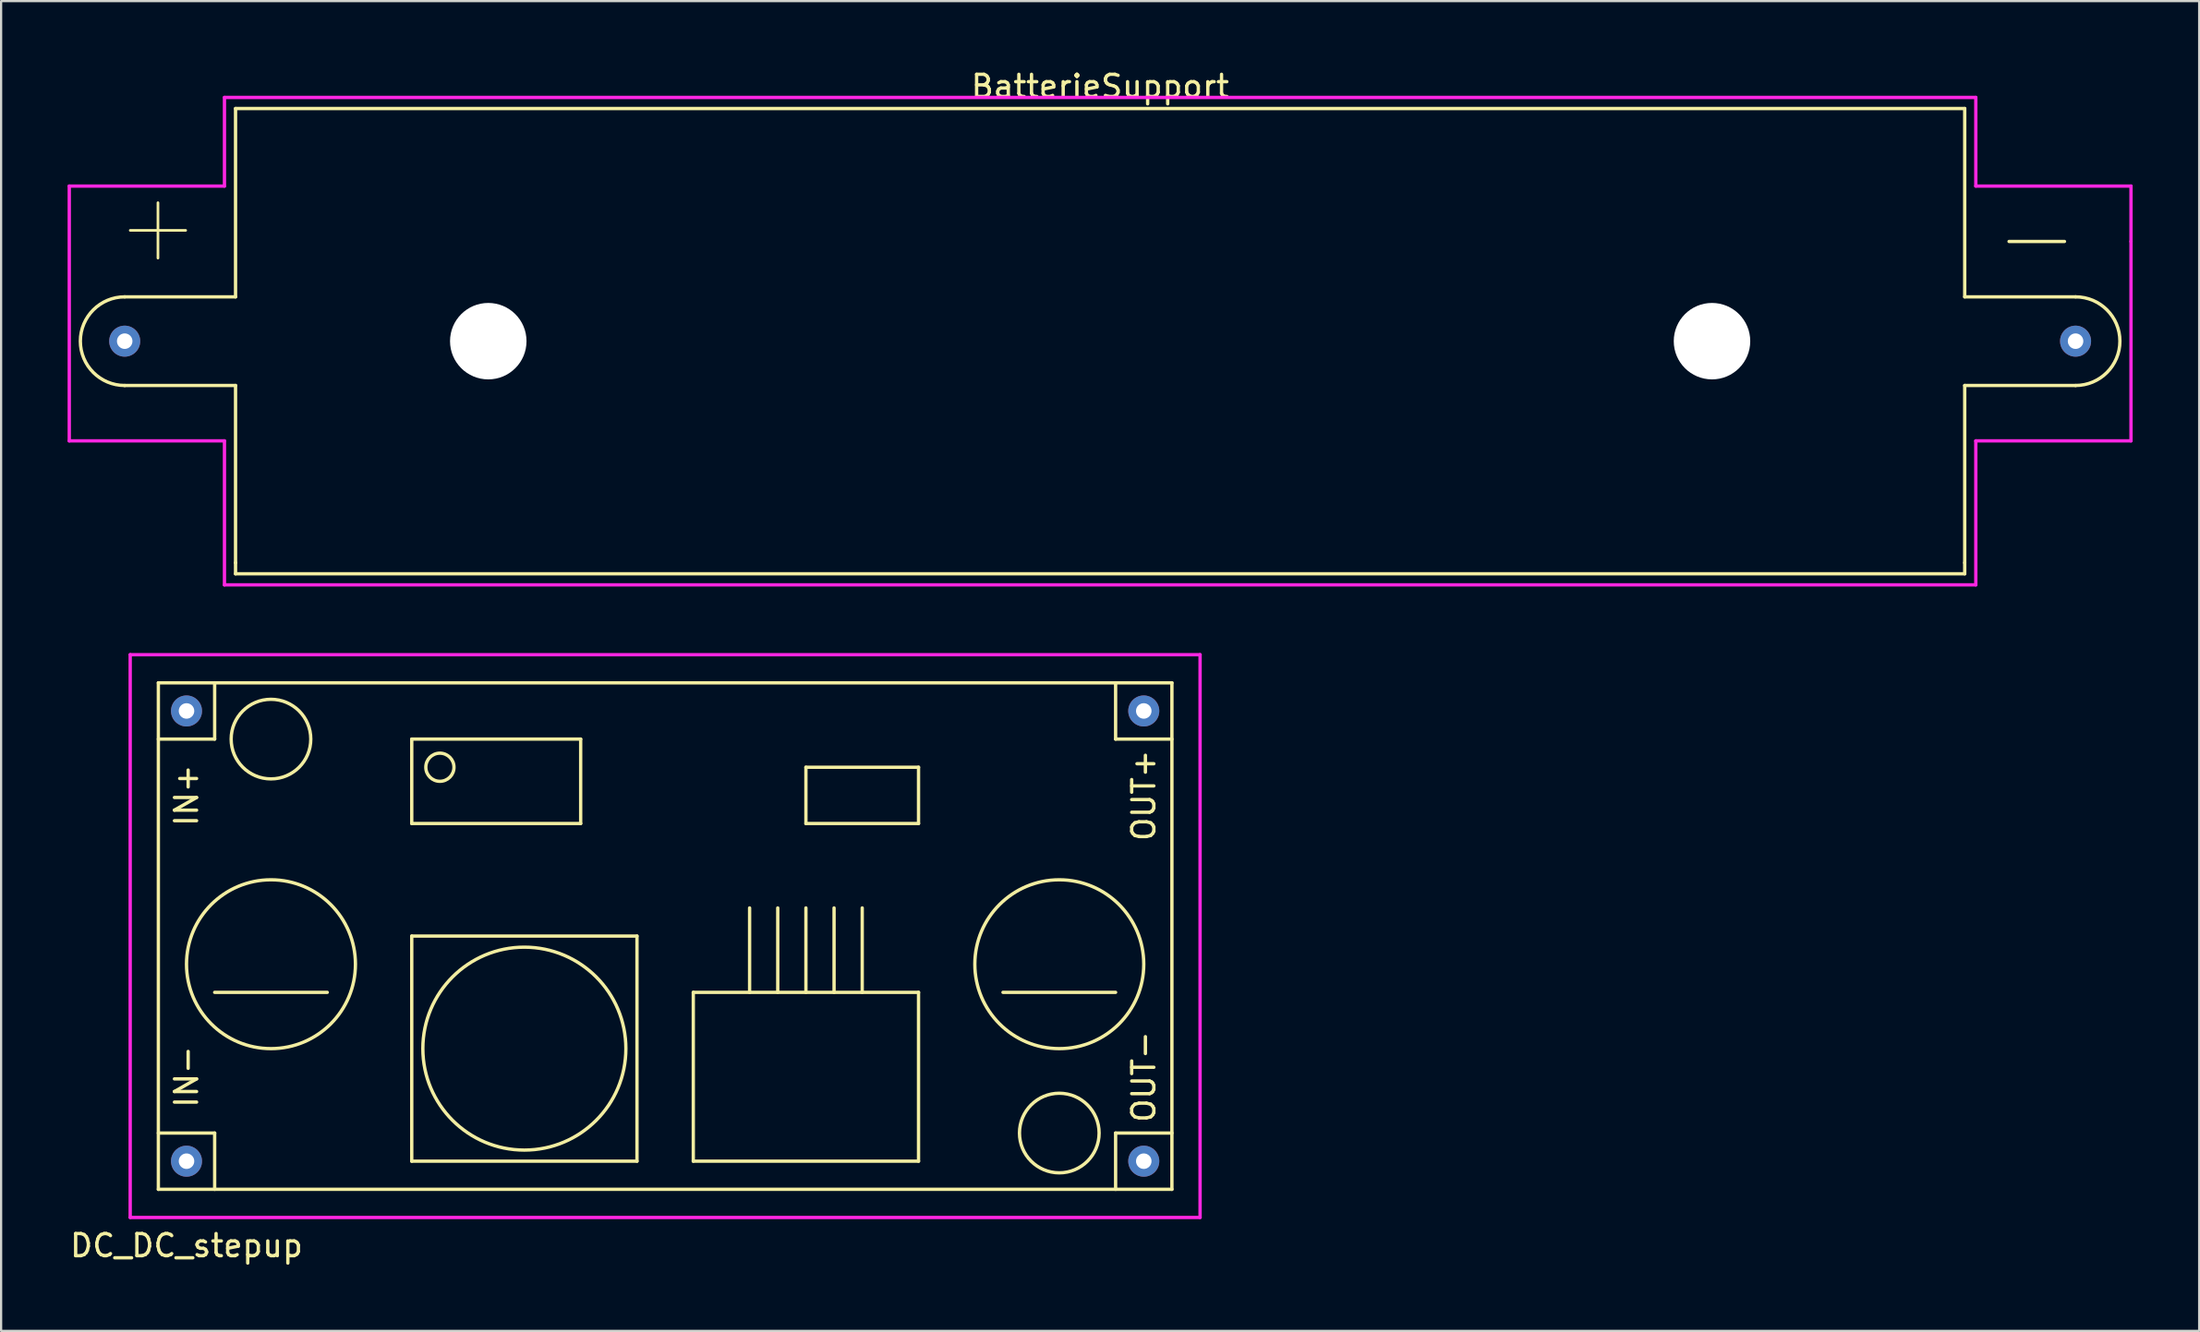
<source format=kicad_pcb>
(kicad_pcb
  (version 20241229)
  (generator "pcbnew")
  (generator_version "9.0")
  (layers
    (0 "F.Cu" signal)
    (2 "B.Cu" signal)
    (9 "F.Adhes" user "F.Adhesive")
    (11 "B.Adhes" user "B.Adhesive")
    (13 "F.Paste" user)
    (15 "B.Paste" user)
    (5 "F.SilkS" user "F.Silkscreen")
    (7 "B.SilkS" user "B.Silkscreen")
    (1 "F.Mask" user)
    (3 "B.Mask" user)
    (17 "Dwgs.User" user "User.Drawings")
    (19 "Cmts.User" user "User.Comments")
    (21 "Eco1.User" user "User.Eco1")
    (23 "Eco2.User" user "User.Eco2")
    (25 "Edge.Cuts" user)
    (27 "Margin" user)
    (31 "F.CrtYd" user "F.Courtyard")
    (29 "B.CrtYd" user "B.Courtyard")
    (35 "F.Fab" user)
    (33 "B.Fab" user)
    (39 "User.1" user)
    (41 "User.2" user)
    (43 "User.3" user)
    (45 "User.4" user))
  (footprint "BatterieSupport"
    (layer "F.Cu")
    (at 46.575 12.348)
    (property "Reference" "BatterieSupport" (at 0 -11.5 0) (layer "F.SilkS") (effects (font (size 1 1) (thickness 0.15))))
    (attr smd)
    (fp_line (start -44 2) (end -39 2) (stroke (width 0.15) (type solid)) (layer "F.SilkS"))
    (fp_line (start -43.75 -5) (end -41.25 -5) (stroke (width 0.12) (type solid)) (layer "F.SilkS"))
    (fp_line (start -42.5 -3.75) (end -42.5 -6.25) (stroke (width 0.12) (type solid)) (layer "F.SilkS"))
    (fp_line (start -39 -10.5) (end -39 -2) (stroke (width 0.15) (type solid)) (layer "F.SilkS"))
    (fp_line (start -39 -10.5) (end 39 -10.5) (stroke (width 0.15) (type solid)) (layer "F.SilkS"))
    (fp_line (start -39 -2) (end -44 -2) (stroke (width 0.15) (type solid)) (layer "F.SilkS"))
    (fp_line (start -39 2) (end -39 10) (stroke (width 0.15) (type solid)) (layer "F.SilkS"))
    (fp_line (start -39 10) (end -39 10.5) (stroke (width 0.15) (type solid)) (layer "F.SilkS"))
    (fp_line (start -39 10.5) (end 39 10.5) (stroke (width 0.15) (type solid)) (layer "F.SilkS"))
    (fp_line (start 39 -10.5) (end 39 -2) (stroke (width 0.15) (type solid)) (layer "F.SilkS"))
    (fp_line (start 39 -2) (end 44 -2) (stroke (width 0.15) (type solid)) (layer "F.SilkS"))
    (fp_line (start 39 2) (end 39 10) (stroke (width 0.15) (type solid)) (layer "F.SilkS"))
    (fp_line (start 39 10.5) (end 39 10) (stroke (width 0.15) (type solid)) (layer "F.SilkS"))
    (fp_line (start 41 -4.5) (end 43.5 -4.5) (stroke (width 0.15) (type solid)) (layer "F.SilkS"))
    (fp_line (start 44 2) (end 39 2) (stroke (width 0.15) (type solid)) (layer "F.SilkS"))
    (fp_arc (start -44 2) (mid -46 0) (end -44 -2) (stroke (width 0.15) (type solid)) (layer "F.SilkS"))
    (fp_arc (start 44 -2) (mid 46 0) (end 44 2) (stroke (width 0.15) (type solid)) (layer "F.SilkS"))
    (fp_line (start -46.5 -7) (end -39.5 -7) (stroke (width 0.15) (type solid)) (layer "F.CrtYd"))
    (fp_line (start -46.5 4.5) (end -46.5 -7) (stroke (width 0.15) (type solid)) (layer "F.CrtYd"))
    (fp_line (start -39.5 -7) (end -39.5 -11) (stroke (width 0.15) (type solid)) (layer "F.CrtYd"))
    (fp_line (start -39.5 4.5) (end -46.5 4.5) (stroke (width 0.15) (type solid)) (layer "F.CrtYd"))
    (fp_line (start -39.5 11) (end -39.5 4.5) (stroke (width 0.15) (type solid)) (layer "F.CrtYd"))
    (fp_line (start -39.5 11) (end 39.5 11) (stroke (width 0.15) (type solid)) (layer "F.CrtYd"))
    (fp_line (start 39.5 -11) (end -39.5 -11) (stroke (width 0.15) (type solid)) (layer "F.CrtYd"))
    (fp_line (start 39.5 -7) (end 39.5 -11) (stroke (width 0.15) (type solid)) (layer "F.CrtYd"))
    (fp_line (start 39.5 4.5) (end 39.5 11) (stroke (width 0.15) (type solid)) (layer "F.CrtYd"))
    (fp_line (start 46.5 -7) (end 39.5 -7) (stroke (width 0.15) (type solid)) (layer "F.CrtYd"))
    (fp_line (start 46.5 -4.5) (end 46.5 -7) (stroke (width 0.15) (type solid)) (layer "F.CrtYd"))
    (fp_line (start 46.5 -4.5) (end 46.5 4.5) (stroke (width 0.15) (type solid)) (layer "F.CrtYd"))
    (fp_line (start 46.5 4.5) (end 39.5 4.5) (stroke (width 0.15) (type solid)) (layer "F.CrtYd"))
    (pad "" np_thru_hole circle (at -27.6 0) (size 3.45 3.45) (drill 3.45) (layers "*.Cu" "*.Mask"))
    (pad "" np_thru_hole circle (at 27.6 0) (size 3.45 3.45) (drill 3.45) (layers "*.Cu" "*.Mask"))
    (pad "1" thru_hole circle (at -44 0) (size 1.4 1.4) (drill 0.7) (layers "*.Cu" "*.Mask"))
    (pad "2" thru_hole circle (at 44 0) (size 1.4 1.4) (drill 0.7) (layers "*.Cu" "*.Mask")))
  (footprint "DC_DC_stepup"
    (layer "F.Cu")
    (at 25.683 29.038)
    (property "Reference" "DC_DC_stepup" (at -20.32 24.13 0) (layer "F.SilkS") (effects (font (size 1 1) (thickness 0.15))))
    (attr through_hole)
    (fp_line (start -21.59 -1.27) (end 24.13 -1.27) (stroke (width 0.15) (type solid)) (layer "F.SilkS"))
    (fp_line (start -21.59 1.27) (end -19.05 1.27) (stroke (width 0.15) (type solid)) (layer "F.SilkS"))
    (fp_line (start -21.59 19.05) (end -19.05 19.05) (stroke (width 0.15) (type solid)) (layer "F.SilkS"))
    (fp_line (start -21.59 21.59) (end -21.59 -1.27) (stroke (width 0.15) (type solid)) (layer "F.SilkS"))
    (fp_line (start -19.05 1.27) (end -19.05 -1.27) (stroke (width 0.15) (type solid)) (layer "F.SilkS"))
    (fp_line (start -19.05 12.7) (end -13.97 12.7) (stroke (width 0.15) (type solid)) (layer "F.SilkS"))
    (fp_line (start -19.05 19.05) (end -19.05 21.59) (stroke (width 0.15) (type solid)) (layer "F.SilkS"))
    (fp_line (start -10.16 1.27) (end -2.54 1.27) (stroke (width 0.15) (type solid)) (layer "F.SilkS"))
    (fp_line (start -10.16 5.08) (end -10.16 1.27) (stroke (width 0.15) (type solid)) (layer "F.SilkS"))
    (fp_line (start -10.16 10.16) (end 0 10.16) (stroke (width 0.15) (type solid)) (layer "F.SilkS"))
    (fp_line (start -10.16 20.32) (end -10.16 10.16) (stroke (width 0.15) (type solid)) (layer "F.SilkS"))
    (fp_line (start -2.54 1.27) (end -2.54 5.08) (stroke (width 0.15) (type solid)) (layer "F.SilkS"))
    (fp_line (start -2.54 5.08) (end -10.16 5.08) (stroke (width 0.15) (type solid)) (layer "F.SilkS"))
    (fp_line (start 0 10.16) (end 0 20.32) (stroke (width 0.15) (type solid)) (layer "F.SilkS"))
    (fp_line (start 0 20.32) (end -10.16 20.32) (stroke (width 0.15) (type solid)) (layer "F.SilkS"))
    (fp_line (start 2.54 12.7) (end 12.7 12.7) (stroke (width 0.15) (type solid)) (layer "F.SilkS"))
    (fp_line (start 2.54 20.32) (end 2.54 12.7) (stroke (width 0.15) (type solid)) (layer "F.SilkS"))
    (fp_line (start 5.08 8.89) (end 5.08 12.7) (stroke (width 0.15) (type solid)) (layer "F.SilkS"))
    (fp_line (start 6.35 8.89) (end 6.35 12.7) (stroke (width 0.15) (type solid)) (layer "F.SilkS"))
    (fp_line (start 7.62 2.54) (end 12.7 2.54) (stroke (width 0.15) (type solid)) (layer "F.SilkS"))
    (fp_line (start 7.62 5.08) (end 7.62 2.54) (stroke (width 0.15) (type solid)) (layer "F.SilkS"))
    (fp_line (start 7.62 12.7) (end 7.62 8.89) (stroke (width 0.15) (type solid)) (layer "F.SilkS"))
    (fp_line (start 8.89 12.7) (end 8.89 8.89) (stroke (width 0.15) (type solid)) (layer "F.SilkS"))
    (fp_line (start 10.16 8.89) (end 10.16 12.7) (stroke (width 0.15) (type solid)) (layer "F.SilkS"))
    (fp_line (start 12.7 2.54) (end 12.7 5.08) (stroke (width 0.15) (type solid)) (layer "F.SilkS"))
    (fp_line (start 12.7 5.08) (end 7.62 5.08) (stroke (width 0.15) (type solid)) (layer "F.SilkS"))
    (fp_line (start 12.7 12.7) (end 12.7 20.32) (stroke (width 0.15) (type solid)) (layer "F.SilkS"))
    (fp_line (start 12.7 20.32) (end 2.54 20.32) (stroke (width 0.15) (type solid)) (layer "F.SilkS"))
    (fp_line (start 16.51 12.7) (end 21.59 12.7) (stroke (width 0.15) (type solid)) (layer "F.SilkS"))
    (fp_line (start 21.59 -1.27) (end 21.59 1.27) (stroke (width 0.15) (type solid)) (layer "F.SilkS"))
    (fp_line (start 21.59 1.27) (end 24.13 1.27) (stroke (width 0.15) (type solid)) (layer "F.SilkS"))
    (fp_line (start 21.59 19.05) (end 21.59 21.59) (stroke (width 0.15) (type solid)) (layer "F.SilkS"))
    (fp_line (start 24.13 -1.27) (end 24.13 21.59) (stroke (width 0.15) (type solid)) (layer "F.SilkS"))
    (fp_line (start 24.13 19.05) (end 21.59 19.05) (stroke (width 0.15) (type solid)) (layer "F.SilkS"))
    (fp_line (start 24.13 21.59) (end -21.59 21.59) (stroke (width 0.15) (type solid)) (layer "F.SilkS"))
    (fp_circle (center -16.51 1.27) (end -15.24 0) (stroke (width 0.15) (type solid)) (fill no) (layer "F.SilkS"))
    (fp_circle (center -16.51 11.43) (end -12.7 11.43) (stroke (width 0.15) (type solid)) (fill no) (layer "F.SilkS"))
    (fp_circle (center -8.89 2.54) (end -8.255 2.54) (stroke (width 0.15) (type solid)) (fill no) (layer "F.SilkS"))
    (fp_circle (center -5.08 15.24) (end -1.27 12.7) (stroke (width 0.15) (type solid)) (fill no) (layer "F.SilkS"))
    (fp_circle (center 19.05 11.43) (end 22.86 11.43) (stroke (width 0.15) (type solid)) (fill no) (layer "F.SilkS"))
    (fp_circle (center 19.05 19.05) (end 20.32 17.78) (stroke (width 0.15) (type solid)) (fill no) (layer "F.SilkS"))
    (fp_line (start -22.86 -2.54) (end 25.4 -2.54) (stroke (width 0.15) (type solid)) (layer "F.CrtYd"))
    (fp_line (start -22.86 22.86) (end -22.86 -2.54) (stroke (width 0.15) (type solid)) (layer "F.CrtYd"))
    (fp_line (start 25.4 -2.54) (end 25.4 22.86) (stroke (width 0.15) (type solid)) (layer "F.CrtYd"))
    (fp_line (start 25.4 22.86) (end -22.86 22.86) (stroke (width 0.15) (type solid)) (layer "F.CrtYd"))
    (fp_text user "OUT+" (at 22.86 3.81 90) (layer "F.SilkS") (effects (font (size 1 1) (thickness 0.15))))
    (fp_text user "IN-" (at -20.32 16.51 90) (layer "F.SilkS") (effects (font (size 1 1) (thickness 0.15))))
    (fp_text user "OUT-" (at 22.86 16.51 90) (layer "F.SilkS") (effects (font (size 1 1) (thickness 0.15))))
    (fp_text user "IN+" (at -20.32 3.81 270) (layer "F.SilkS") (effects (font (size 1 1) (thickness 0.15))))
    (pad "1" thru_hole circle (at -20.32 0) (size 1.4 1.4) (drill 0.7) (layers "*.Cu" "*.Mask"))
    (pad "2" thru_hole circle (at -20.32 20.32) (size 1.4 1.4) (drill 0.7) (layers "*.Cu" "*.Mask"))
    (pad "3" thru_hole circle (at 22.86 0) (size 1.4 1.4) (drill 0.7) (layers "*.Cu" "*.Mask"))
    (pad "4" thru_hole circle (at 22.86 20.32) (size 1.4 1.4) (drill 0.7) (layers "*.Cu" "*.Mask")))
  (gr_rect
    (start -3 -3)
    (end 96.15 57.017)
    (stroke (width 0.1) (type default))
    (fill no)
    (layer "Edge.Cuts")))
</source>
